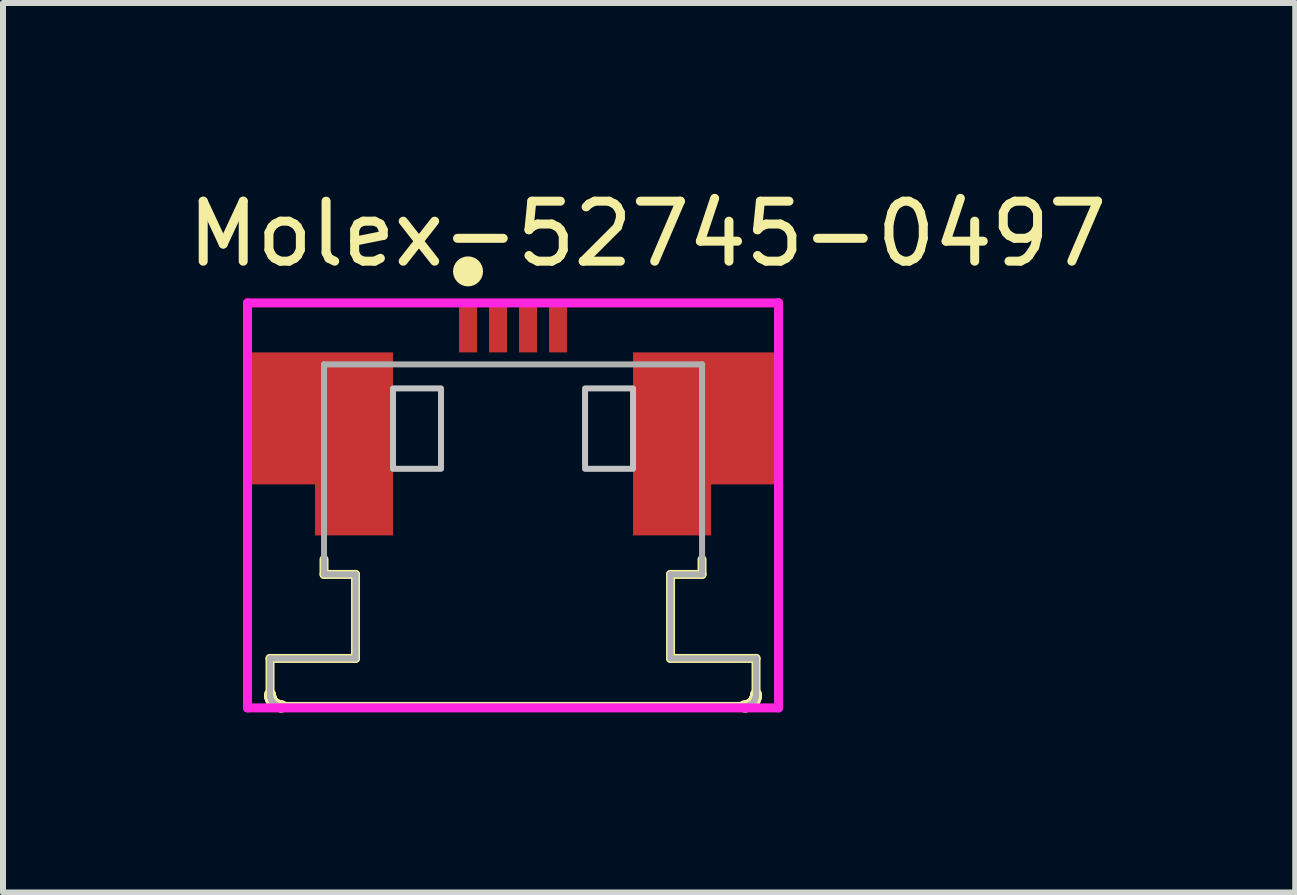
<source format=kicad_pcb>
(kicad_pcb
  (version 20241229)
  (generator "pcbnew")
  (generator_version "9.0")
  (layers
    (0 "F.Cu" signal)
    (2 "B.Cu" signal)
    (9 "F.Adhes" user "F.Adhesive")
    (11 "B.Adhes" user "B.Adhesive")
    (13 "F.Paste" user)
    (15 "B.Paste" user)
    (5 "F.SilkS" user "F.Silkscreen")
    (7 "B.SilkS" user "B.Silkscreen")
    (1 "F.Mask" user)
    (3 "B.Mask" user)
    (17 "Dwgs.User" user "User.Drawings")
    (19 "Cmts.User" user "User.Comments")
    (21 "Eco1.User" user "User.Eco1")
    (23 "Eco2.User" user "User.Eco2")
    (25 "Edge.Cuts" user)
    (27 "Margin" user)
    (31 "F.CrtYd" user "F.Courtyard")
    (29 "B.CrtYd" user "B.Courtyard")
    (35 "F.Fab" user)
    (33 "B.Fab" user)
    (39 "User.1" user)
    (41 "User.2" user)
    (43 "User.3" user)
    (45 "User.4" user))
  (footprint "Molex-52745-0497"
    (layer "F.Cu")
    (at 5.5 3.135)
    (property "Reference" "Molex-52745-0497" (at -5.5 -2.287 0) (layer "F.SilkS") (effects (font (size 1 1) (thickness 0.15)) (justify left)))
    (attr through_hole)
    (fp_poly (pts (xy -4.4 -0.312) (xy -2 -0.312) (xy -2 2.738) (xy -2 2.738) (xy -3.3 2.738) (xy -3.3 1.888) (xy -3.3 1.888) (xy -4.4 1.888)) (stroke (width 0) (type solid)) (fill yes) (layer "F.Cu"))
    (fp_poly (pts (xy 2 -0.312) (xy 4.4 -0.312) (xy 4.4 1.888) (xy 4.4 1.888) (xy 3.3 1.888) (xy 3.3 2.738) (xy 2 2.738) (xy 2 -0.312)) (stroke (width 0) (type solid)) (fill yes) (layer "F.Cu"))
    (fp_poly (pts (xy -4.4 -0.312) (xy -2 -0.312) (xy -2 2.738) (xy -2 2.738) (xy -3.3 2.738) (xy -3.3 1.888) (xy -3.3 1.888) (xy -4.4 1.888)) (stroke (width 0) (type solid)) (fill yes) (layer "F.Mask"))
    (fp_poly (pts (xy 2 -0.312) (xy 4.4 -0.312) (xy 4.4 1.888) (xy 4.4 1.888) (xy 3.3 1.888) (xy 3.3 2.738) (xy 2 2.738) (xy 2 -0.312)) (stroke (width 0) (type solid)) (fill yes) (layer "F.Mask"))
    (fp_line (start -4.05 5.388) (end -4.05 4.788) (stroke (width 0.15) (type solid)) (layer "F.SilkS"))
    (fp_line (start -4.05 5.388) (end -4.049 5.404) (stroke (width 0.2) (type solid)) (layer "F.SilkS"))
    (fp_line (start -4.05 4.788) (end -2.625 4.788) (stroke (width 0.15) (type solid)) (layer "F.SilkS"))
    (fp_line (start -4.049 5.404) (end -4.047 5.419) (stroke (width 0.2) (type solid)) (layer "F.SilkS"))
    (fp_line (start -4.047 5.419) (end -4.044 5.435) (stroke (width 0.2) (type solid)) (layer "F.SilkS"))
    (fp_line (start -4.044 5.435) (end -4.04 5.45) (stroke (width 0.2) (type solid)) (layer "F.SilkS"))
    (fp_line (start -4.04 5.45) (end -4.035 5.465) (stroke (width 0.2) (type solid)) (layer "F.SilkS"))
    (fp_line (start -4.035 5.465) (end -4.028 5.479) (stroke (width 0.2) (type solid)) (layer "F.SilkS"))
    (fp_line (start -4.028 5.479) (end -4.02 5.493) (stroke (width 0.2) (type solid)) (layer "F.SilkS"))
    (fp_line (start -4.02 5.493) (end -4.012 5.506) (stroke (width 0.2) (type solid)) (layer "F.SilkS"))
    (fp_line (start -4.012 5.506) (end -4.002 5.518) (stroke (width 0.2) (type solid)) (layer "F.SilkS"))
    (fp_line (start -4.002 5.518) (end -3.991 5.53) (stroke (width 0.2) (type solid)) (layer "F.SilkS"))
    (fp_line (start -3.991 5.53) (end -3.98 5.54) (stroke (width 0.2) (type solid)) (layer "F.SilkS"))
    (fp_line (start -3.98 5.54) (end -3.967 5.55) (stroke (width 0.2) (type solid)) (layer "F.SilkS"))
    (fp_line (start -3.967 5.55) (end -3.954 5.559) (stroke (width 0.2) (type solid)) (layer "F.SilkS"))
    (fp_line (start -3.954 5.559) (end -3.941 5.566) (stroke (width 0.2) (type solid)) (layer "F.SilkS"))
    (fp_line (start -3.941 5.566) (end -3.926 5.573) (stroke (width 0.2) (type solid)) (layer "F.SilkS"))
    (fp_line (start -3.926 5.573) (end -3.912 5.578) (stroke (width 0.2) (type solid)) (layer "F.SilkS"))
    (fp_line (start -3.912 5.578) (end -3.896 5.582) (stroke (width 0.2) (type solid)) (layer "F.SilkS"))
    (fp_line (start -3.896 5.582) (end -3.881 5.586) (stroke (width 0.2) (type solid)) (layer "F.SilkS"))
    (fp_line (start -3.881 5.586) (end -3.865 5.587) (stroke (width 0.2) (type solid)) (layer "F.SilkS"))
    (fp_line (start -3.865 5.587) (end -3.85 5.588) (stroke (width 0.2) (type solid)) (layer "F.SilkS"))
    (fp_line (start -3.85 5.588) (end 3.85 5.588) (stroke (width 0.15) (type solid)) (layer "F.SilkS"))
    (fp_line (start -3.15 3.388) (end -3.15 3.138) (stroke (width 0.15) (type solid)) (layer "F.SilkS"))
    (fp_line (start -3.15 3.388) (end -2.625 3.388) (stroke (width 0.15) (type solid)) (layer "F.SilkS"))
    (fp_line (start -2.625 4.788) (end -2.625 3.388) (stroke (width 0.15) (type solid)) (layer "F.SilkS"))
    (fp_line (start 2.625 3.388) (end 3.15 3.388) (stroke (width 0.15) (type solid)) (layer "F.SilkS"))
    (fp_line (start 2.625 4.788) (end 4.05 4.788) (stroke (width 0.15) (type solid)) (layer "F.SilkS"))
    (fp_line (start 2.625 4.788) (end 2.625 3.388) (stroke (width 0.15) (type solid)) (layer "F.SilkS"))
    (fp_line (start 3.15 3.388) (end 3.15 3.138) (stroke (width 0.15) (type solid)) (layer "F.SilkS"))
    (fp_line (start 3.85 5.588) (end 3.866 5.587) (stroke (width 0.2) (type solid)) (layer "F.SilkS"))
    (fp_line (start 3.866 5.587) (end 3.882 5.586) (stroke (width 0.2) (type solid)) (layer "F.SilkS"))
    (fp_line (start 3.882 5.586) (end 3.897 5.582) (stroke (width 0.2) (type solid)) (layer "F.SilkS"))
    (fp_line (start 3.897 5.582) (end 3.912 5.578) (stroke (width 0.2) (type solid)) (layer "F.SilkS"))
    (fp_line (start 3.912 5.578) (end 3.927 5.573) (stroke (width 0.2) (type solid)) (layer "F.SilkS"))
    (fp_line (start 3.927 5.573) (end 3.941 5.566) (stroke (width 0.2) (type solid)) (layer "F.SilkS"))
    (fp_line (start 3.941 5.566) (end 3.955 5.559) (stroke (width 0.2) (type solid)) (layer "F.SilkS"))
    (fp_line (start 3.955 5.559) (end 3.968 5.55) (stroke (width 0.2) (type solid)) (layer "F.SilkS"))
    (fp_line (start 3.968 5.55) (end 3.98 5.54) (stroke (width 0.2) (type solid)) (layer "F.SilkS"))
    (fp_line (start 3.98 5.54) (end 3.992 5.53) (stroke (width 0.2) (type solid)) (layer "F.SilkS"))
    (fp_line (start 3.992 5.53) (end 4.002 5.518) (stroke (width 0.2) (type solid)) (layer "F.SilkS"))
    (fp_line (start 4.002 5.518) (end 4.012 5.506) (stroke (width 0.2) (type solid)) (layer "F.SilkS"))
    (fp_line (start 4.012 5.506) (end 4.021 5.493) (stroke (width 0.2) (type solid)) (layer "F.SilkS"))
    (fp_line (start 4.021 5.493) (end 4.028 5.479) (stroke (width 0.2) (type solid)) (layer "F.SilkS"))
    (fp_line (start 4.028 5.479) (end 4.035 5.465) (stroke (width 0.2) (type solid)) (layer "F.SilkS"))
    (fp_line (start 4.035 5.465) (end 4.04 5.45) (stroke (width 0.2) (type solid)) (layer "F.SilkS"))
    (fp_line (start 4.04 5.45) (end 4.045 5.435) (stroke (width 0.2) (type solid)) (layer "F.SilkS"))
    (fp_line (start 4.045 5.435) (end 4.048 5.419) (stroke (width 0.2) (type solid)) (layer "F.SilkS"))
    (fp_line (start 4.048 5.419) (end 4.05 5.404) (stroke (width 0.2) (type solid)) (layer "F.SilkS"))
    (fp_line (start 4.05 5.404) (end 4.05 5.388) (stroke (width 0.2) (type solid)) (layer "F.SilkS"))
    (fp_line (start 4.05 5.388) (end 4.05 4.788) (stroke (width 0.15) (type solid)) (layer "F.SilkS"))
    (fp_circle (center -0.75 -1.662) (end -0.625 -1.662) (stroke (width 0.25) (type solid)) (fill no) (layer "F.SilkS"))
    (fp_poly (pts (xy -4.4 -0.312) (xy -2 -0.312) (xy -2 2.738) (xy -2 2.738) (xy -3.3 2.738) (xy -3.3 1.888) (xy -3.3 1.888) (xy -4.4 1.888)) (stroke (width 0) (type solid)) (fill yes) (layer "F.Paste"))
    (fp_poly (pts (xy 2 -0.312) (xy 4.4 -0.312) (xy 4.4 1.888) (xy 4.4 1.888) (xy 3.3 1.888) (xy 3.3 2.738) (xy 2 2.738) (xy 2 -0.312)) (stroke (width 0) (type solid)) (fill yes) (layer "F.Paste"))
    (fp_poly (pts (xy -2 0.288) (xy -1.2 0.288) (xy -1.2 1.628) (xy -2 1.628)) (stroke (width 0.1) (type solid)) (fill no) (layer "Dwgs.User"))
    (fp_poly (pts (xy 2 0.288) (xy 1.2 0.288) (xy 1.2 1.628) (xy 2 1.628)) (stroke (width 0.1) (type solid)) (fill no) (layer "Dwgs.User"))
    (fp_line (start -4.425 -1.137) (end -4.425 5.613) (stroke (width 0.15) (type solid)) (layer "F.CrtYd"))
    (fp_line (start -4.425 5.613) (end 4.425 5.613) (stroke (width 0.15) (type solid)) (layer "F.CrtYd"))
    (fp_line (start 4.425 -1.137) (end -4.425 -1.137) (stroke (width 0.15) (type solid)) (layer "F.CrtYd"))
    (fp_line (start 4.425 -1.137) (end 4.425 -1.137) (stroke (width 0.15) (type solid)) (layer "F.CrtYd"))
    (fp_line (start 4.425 5.613) (end 4.425 -1.137) (stroke (width 0.15) (type solid)) (layer "F.CrtYd"))
    (fp_line (start -4.05 5.388) (end -4.05 4.79) (stroke (width 0.1) (type solid)) (layer "F.Fab"))
    (fp_line (start -4.05 5.388) (end -4.049 5.404) (stroke (width 0.1) (type solid)) (layer "F.Fab"))
    (fp_line (start -4.049 4.788) (end -4.049 4.789) (stroke (width 0.1) (type solid)) (layer "F.Fab"))
    (fp_line (start -4.049 4.788) (end -2.625 4.788) (stroke (width 0.1) (type solid)) (layer "F.Fab"))
    (fp_line (start -4.049 5.404) (end -4.047 5.419) (stroke (width 0.1) (type solid)) (layer "F.Fab"))
    (fp_line (start -4.047 5.419) (end -4.044 5.435) (stroke (width 0.1) (type solid)) (layer "F.Fab"))
    (fp_line (start -4.044 5.435) (end -4.04 5.45) (stroke (width 0.1) (type solid)) (layer "F.Fab"))
    (fp_line (start -4.04 5.45) (end -4.035 5.465) (stroke (width 0.1) (type solid)) (layer "F.Fab"))
    (fp_line (start -4.035 5.465) (end -4.028 5.479) (stroke (width 0.1) (type solid)) (layer "F.Fab"))
    (fp_line (start -4.028 5.479) (end -4.02 5.493) (stroke (width 0.1) (type solid)) (layer "F.Fab"))
    (fp_line (start -4.02 5.493) (end -4.012 5.506) (stroke (width 0.1) (type solid)) (layer "F.Fab"))
    (fp_line (start -4.012 5.506) (end -4.002 5.518) (stroke (width 0.1) (type solid)) (layer "F.Fab"))
    (fp_line (start -4.002 5.518) (end -3.991 5.53) (stroke (width 0.1) (type solid)) (layer "F.Fab"))
    (fp_line (start -3.991 5.53) (end -3.98 5.54) (stroke (width 0.1) (type solid)) (layer "F.Fab"))
    (fp_line (start -3.98 5.54) (end -3.967 5.55) (stroke (width 0.1) (type solid)) (layer "F.Fab"))
    (fp_line (start -3.967 5.55) (end -3.954 5.559) (stroke (width 0.1) (type solid)) (layer "F.Fab"))
    (fp_line (start -3.954 5.559) (end -3.941 5.566) (stroke (width 0.1) (type solid)) (layer "F.Fab"))
    (fp_line (start -3.941 5.566) (end -3.926 5.573) (stroke (width 0.1) (type solid)) (layer "F.Fab"))
    (fp_line (start -3.926 5.573) (end -3.912 5.578) (stroke (width 0.1) (type solid)) (layer "F.Fab"))
    (fp_line (start -3.912 5.578) (end -3.896 5.583) (stroke (width 0.1) (type solid)) (layer "F.Fab"))
    (fp_line (start -3.896 5.583) (end -3.881 5.586) (stroke (width 0.1) (type solid)) (layer "F.Fab"))
    (fp_line (start -3.881 5.586) (end -3.865 5.588) (stroke (width 0.1) (type solid)) (layer "F.Fab"))
    (fp_line (start -3.865 5.588) (end -3.85 5.588) (stroke (width 0.1) (type solid)) (layer "F.Fab"))
    (fp_line (start -3.85 5.588) (end 3.85 5.588) (stroke (width 0.1) (type solid)) (layer "F.Fab"))
    (fp_line (start -3.15 -0.112) (end 3.15 -0.112) (stroke (width 0.1) (type solid)) (layer "F.Fab"))
    (fp_line (start -3.15 3.388) (end -3.15 -0.112) (stroke (width 0.1) (type solid)) (layer "F.Fab"))
    (fp_line (start -3.15 3.388) (end -2.625 3.388) (stroke (width 0.1) (type solid)) (layer "F.Fab"))
    (fp_line (start -2.625 4.788) (end -2.625 3.388) (stroke (width 0.1) (type solid)) (layer "F.Fab"))
    (fp_line (start 2.625 3.388) (end 3.15 3.388) (stroke (width 0.1) (type solid)) (layer "F.Fab"))
    (fp_line (start 2.625 4.788) (end 2.625 3.388) (stroke (width 0.1) (type solid)) (layer "F.Fab"))
    (fp_line (start 2.625 4.788) (end 4.05 4.788) (stroke (width 0.1) (type solid)) (layer "F.Fab"))
    (fp_line (start 3.15 3.388) (end 3.15 -0.112) (stroke (width 0.1) (type solid)) (layer "F.Fab"))
    (fp_line (start 3.85 5.588) (end 3.866 5.588) (stroke (width 0.1) (type solid)) (layer "F.Fab"))
    (fp_line (start 3.866 5.588) (end 3.882 5.586) (stroke (width 0.1) (type solid)) (layer "F.Fab"))
    (fp_line (start 3.882 5.586) (end 3.897 5.583) (stroke (width 0.1) (type solid)) (layer "F.Fab"))
    (fp_line (start 3.897 5.583) (end 3.912 5.578) (stroke (width 0.1) (type solid)) (layer "F.Fab"))
    (fp_line (start 3.912 5.578) (end 3.927 5.573) (stroke (width 0.1) (type solid)) (layer "F.Fab"))
    (fp_line (start 3.927 5.573) (end 3.941 5.566) (stroke (width 0.1) (type solid)) (layer "F.Fab"))
    (fp_line (start 3.941 5.566) (end 3.955 5.559) (stroke (width 0.1) (type solid)) (layer "F.Fab"))
    (fp_line (start 3.955 5.559) (end 3.968 5.55) (stroke (width 0.1) (type solid)) (layer "F.Fab"))
    (fp_line (start 3.968 5.55) (end 3.98 5.54) (stroke (width 0.1) (type solid)) (layer "F.Fab"))
    (fp_line (start 3.98 5.54) (end 3.992 5.53) (stroke (width 0.1) (type solid)) (layer "F.Fab"))
    (fp_line (start 3.992 5.53) (end 4.002 5.518) (stroke (width 0.1) (type solid)) (layer "F.Fab"))
    (fp_line (start 4.002 5.518) (end 4.012 5.506) (stroke (width 0.1) (type solid)) (layer "F.Fab"))
    (fp_line (start 4.012 5.506) (end 4.021 5.493) (stroke (width 0.1) (type solid)) (layer "F.Fab"))
    (fp_line (start 4.021 5.493) (end 4.028 5.479) (stroke (width 0.1) (type solid)) (layer "F.Fab"))
    (fp_line (start 4.028 5.479) (end 4.035 5.465) (stroke (width 0.1) (type solid)) (layer "F.Fab"))
    (fp_line (start 4.035 5.465) (end 4.04 5.45) (stroke (width 0.1) (type solid)) (layer "F.Fab"))
    (fp_line (start 4.04 5.45) (end 4.045 5.435) (stroke (width 0.1) (type solid)) (layer "F.Fab"))
    (fp_line (start 4.045 5.435) (end 4.048 5.419) (stroke (width 0.1) (type solid)) (layer "F.Fab"))
    (fp_line (start 4.048 5.419) (end 4.05 5.404) (stroke (width 0.1) (type solid)) (layer "F.Fab"))
    (fp_line (start 4.05 5.404) (end 4.05 5.388) (stroke (width 0.1) (type solid)) (layer "F.Fab"))
    (fp_line (start 4.05 5.388) (end 4.05 4.788) (stroke (width 0.1) (type solid)) (layer "F.Fab"))
    (pad "1" smd rect (at -0.75 -0.712) (size 0.3 0.8) (layers "F.Cu" "F.Mask" "F.Paste"))
    (pad "2" smd rect (at -0.25 -0.712) (size 0.3 0.8) (layers "F.Cu" "F.Mask" "F.Paste"))
    (pad "3" smd rect (at 0.25 -0.712) (size 0.3 0.8) (layers "F.Cu" "F.Mask" "F.Paste"))
    (pad "4" smd rect (at 0.75 -0.712) (size 0.3 0.8) (layers "F.Cu" "F.Mask" "F.Paste"))
    (pad "MP1" smd rect (at -3.15 0.712 180) (size 1 1) (layers "F.Cu" "F.Mask" "F.Paste"))
    (pad "MP2" smd rect (at 3.15 0.712) (size 1 1) (layers "F.Cu" "F.Mask" "F.Paste")))
  (gr_rect
    (start -3 -3)
    (end 18.536 11.823)
    (stroke (width 0.1) (type default))
    (fill no)
    (layer "Edge.Cuts")))
</source>
